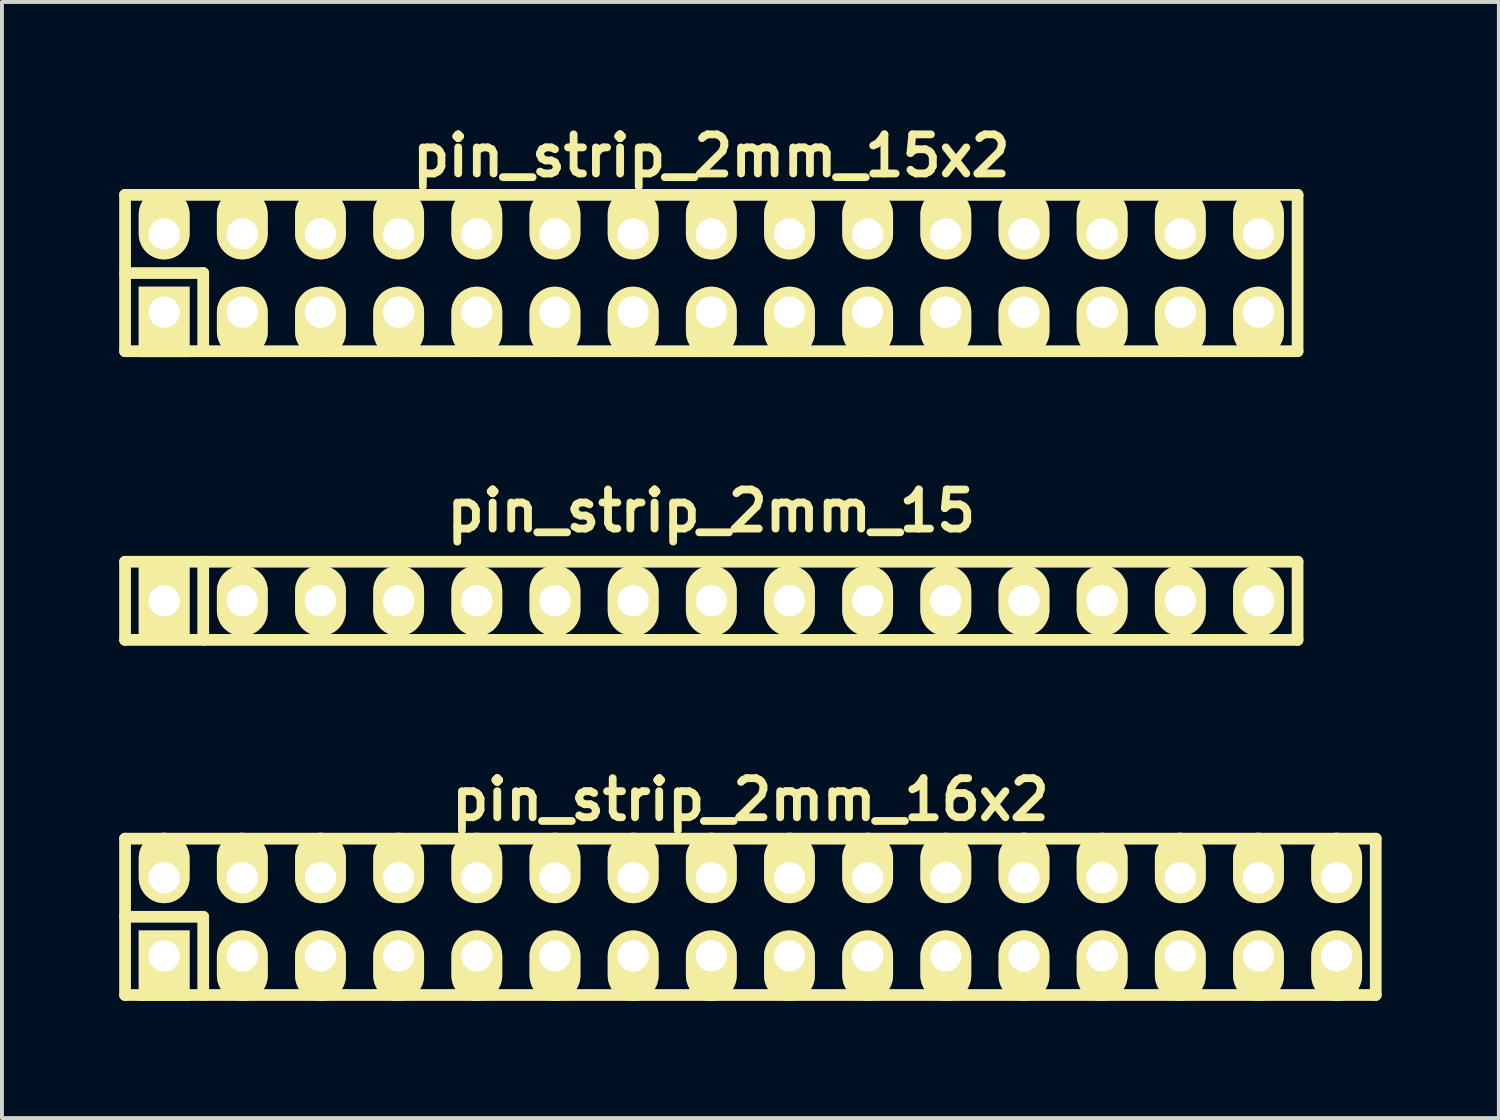
<source format=kicad_pcb>
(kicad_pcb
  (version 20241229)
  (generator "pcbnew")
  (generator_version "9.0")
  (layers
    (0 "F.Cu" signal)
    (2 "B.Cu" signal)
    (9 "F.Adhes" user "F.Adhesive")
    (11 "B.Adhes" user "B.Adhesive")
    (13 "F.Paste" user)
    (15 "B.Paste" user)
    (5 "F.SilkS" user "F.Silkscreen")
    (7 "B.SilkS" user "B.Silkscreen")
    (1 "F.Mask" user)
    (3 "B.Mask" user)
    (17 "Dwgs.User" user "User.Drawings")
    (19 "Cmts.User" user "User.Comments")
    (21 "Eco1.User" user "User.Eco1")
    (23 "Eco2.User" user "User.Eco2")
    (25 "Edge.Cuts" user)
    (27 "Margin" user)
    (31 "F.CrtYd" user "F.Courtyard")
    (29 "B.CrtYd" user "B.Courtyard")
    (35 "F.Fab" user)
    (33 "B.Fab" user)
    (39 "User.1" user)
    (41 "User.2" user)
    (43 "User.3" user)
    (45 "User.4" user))
  (footprint "pin_strip_2mm_15x2"
    (layer "F.Cu")
    (at 15.15 3.936)
    (property "Reference" "pin_strip_2mm_15x2" (at 0 -3 0) (layer "F.SilkS") (effects (font (size 1 1) (thickness 0.2))))
    (attr through_hole)
    (fp_line (start -15 -2) (end 15 -2) (stroke (width 0.3) (type solid)) (layer "F.SilkS"))
    (fp_line (start -15 0) (end -13 0) (stroke (width 0.3) (type solid)) (layer "F.SilkS"))
    (fp_line (start -15 2) (end -15 -2) (stroke (width 0.3) (type solid)) (layer "F.SilkS"))
    (fp_line (start -13 0) (end -13 2) (stroke (width 0.3) (type solid)) (layer "F.SilkS"))
    (fp_line (start 15 -2) (end 15 2) (stroke (width 0.3) (type solid)) (layer "F.SilkS"))
    (fp_line (start 15 2) (end -15 2) (stroke (width 0.3) (type solid)) (layer "F.SilkS"))
    (pad "1" thru_hole rect (at -14 1) (size 1.3 1.8) (drill 0.8 (offset 0 0.25)) (layers "*.Cu" "*.Mask" "F.SilkS"))
    (pad "2" thru_hole oval (at -14 -1) (size 1.3 1.8) (drill 0.8 (offset 0 -0.25)) (layers "*.Cu" "*.Mask" "F.SilkS"))
    (pad "3" thru_hole oval (at -12 1) (size 1.3 1.8) (drill 0.8 (offset 0 0.25)) (layers "*.Cu" "*.Mask" "F.SilkS"))
    (pad "4" thru_hole oval (at -12 -1) (size 1.3 1.8) (drill 0.8 (offset 0 -0.25)) (layers "*.Cu" "*.Mask" "F.SilkS"))
    (pad "5" thru_hole oval (at -10 1) (size 1.3 1.8) (drill 0.8 (offset 0 0.25)) (layers "*.Cu" "*.Mask" "F.SilkS"))
    (pad "6" thru_hole oval (at -10 -1) (size 1.3 1.8) (drill 0.8 (offset 0 -0.25)) (layers "*.Cu" "*.Mask" "F.SilkS"))
    (pad "7" thru_hole oval (at -8 1) (size 1.3 1.8) (drill 0.8 (offset 0 0.25)) (layers "*.Cu" "*.Mask" "F.SilkS"))
    (pad "8" thru_hole oval (at -8 -1) (size 1.3 1.8) (drill 0.8 (offset 0 -0.25)) (layers "*.Cu" "*.Mask" "F.SilkS"))
    (pad "9" thru_hole oval (at -6 1) (size 1.3 1.8) (drill 0.8 (offset 0 0.25)) (layers "*.Cu" "*.Mask" "F.SilkS"))
    (pad "10" thru_hole oval (at -6 -1) (size 1.3 1.8) (drill 0.8 (offset 0 -0.25)) (layers "*.Cu" "*.Mask" "F.SilkS"))
    (pad "11" thru_hole oval (at -4 1) (size 1.3 1.8) (drill 0.8 (offset 0 0.25)) (layers "*.Cu" "*.Mask" "F.SilkS"))
    (pad "12" thru_hole oval (at -4 -1) (size 1.3 1.8) (drill 0.8 (offset 0 -0.25)) (layers "*.Cu" "*.Mask" "F.SilkS"))
    (pad "13" thru_hole oval (at -2 1) (size 1.3 1.8) (drill 0.8 (offset 0 0.25)) (layers "*.Cu" "*.Mask" "F.SilkS"))
    (pad "14" thru_hole oval (at -2 -1) (size 1.3 1.8) (drill 0.8 (offset 0 -0.25)) (layers "*.Cu" "*.Mask" "F.SilkS"))
    (pad "15" thru_hole oval (at 0 1) (size 1.3 1.8) (drill 0.8 (offset 0 0.25)) (layers "*.Cu" "*.Mask" "F.SilkS"))
    (pad "16" thru_hole oval (at 0 -1) (size 1.3 1.8) (drill 0.8 (offset 0 -0.25)) (layers "*.Cu" "*.Mask" "F.SilkS"))
    (pad "17" thru_hole oval (at 2 1) (size 1.3 1.8) (drill 0.8 (offset 0 0.25)) (layers "*.Cu" "*.Mask" "F.SilkS"))
    (pad "18" thru_hole oval (at 2 -1) (size 1.3 1.8) (drill 0.8 (offset 0 -0.25)) (layers "*.Cu" "*.Mask" "F.SilkS"))
    (pad "19" thru_hole oval (at 4 1) (size 1.3 1.8) (drill 0.8 (offset 0 0.25)) (layers "*.Cu" "*.Mask" "F.SilkS"))
    (pad "20" thru_hole oval (at 4 -1) (size 1.3 1.8) (drill 0.8 (offset 0 -0.25)) (layers "*.Cu" "*.Mask" "F.SilkS"))
    (pad "21" thru_hole oval (at 6 1) (size 1.3 1.8) (drill 0.8 (offset 0 0.25)) (layers "*.Cu" "*.Mask" "F.SilkS"))
    (pad "22" thru_hole oval (at 6 -1) (size 1.3 1.8) (drill 0.8 (offset 0 -0.25)) (layers "*.Cu" "*.Mask" "F.SilkS"))
    (pad "23" thru_hole oval (at 8 1) (size 1.3 1.8) (drill 0.8 (offset 0 0.25)) (layers "*.Cu" "*.Mask" "F.SilkS"))
    (pad "24" thru_hole oval (at 8 -1) (size 1.3 1.8) (drill 0.8 (offset 0 -0.25)) (layers "*.Cu" "*.Mask" "F.SilkS"))
    (pad "25" thru_hole oval (at 10 1) (size 1.3 1.8) (drill 0.8 (offset 0 0.25)) (layers "*.Cu" "*.Mask" "F.SilkS"))
    (pad "26" thru_hole oval (at 10 -1) (size 1.3 1.8) (drill 0.8 (offset 0 -0.25)) (layers "*.Cu" "*.Mask" "F.SilkS"))
    (pad "27" thru_hole oval (at 12 1) (size 1.3 1.8) (drill 0.8 (offset 0 0.25)) (layers "*.Cu" "*.Mask" "F.SilkS"))
    (pad "28" thru_hole oval (at 12 -1) (size 1.3 1.8) (drill 0.8 (offset 0 -0.25)) (layers "*.Cu" "*.Mask" "F.SilkS"))
    (pad "29" thru_hole oval (at 14 1) (size 1.3 1.8) (drill 0.8 (offset 0 0.25)) (layers "*.Cu" "*.Mask" "F.SilkS"))
    (pad "30" thru_hole oval (at 14 -1) (size 1.3 1.8) (drill 0.8 (offset 0 -0.25)) (layers "*.Cu" "*.Mask" "F.SilkS")))
  (footprint "pin_strip_2mm_16x2"
    (layer "F.Cu")
    (at 16.15 20.408)
    (property "Reference" "pin_strip_2mm_16x2" (at 0 -3 0) (layer "F.SilkS") (effects (font (size 1 1) (thickness 0.2))))
    (attr through_hole)
    (fp_line (start -16 -2) (end 16 -2) (stroke (width 0.3) (type solid)) (layer "F.SilkS"))
    (fp_line (start -16 0) (end -14 0) (stroke (width 0.3) (type solid)) (layer "F.SilkS"))
    (fp_line (start -16 2) (end -16 -2) (stroke (width 0.3) (type solid)) (layer "F.SilkS"))
    (fp_line (start -14 0) (end -14 2) (stroke (width 0.3) (type solid)) (layer "F.SilkS"))
    (fp_line (start 16 -2) (end 16 2) (stroke (width 0.3) (type solid)) (layer "F.SilkS"))
    (fp_line (start 16 2) (end -16 2) (stroke (width 0.3) (type solid)) (layer "F.SilkS"))
    (pad "1" thru_hole rect (at -15 1) (size 1.3 1.8) (drill 0.8 (offset 0 0.25)) (layers "*.Cu" "*.Mask" "F.SilkS"))
    (pad "2" thru_hole oval (at -15 -1) (size 1.3 1.8) (drill 0.8 (offset 0 -0.25)) (layers "*.Cu" "*.Mask" "F.SilkS"))
    (pad "3" thru_hole oval (at -13 1) (size 1.3 1.8) (drill 0.8 (offset 0 0.25)) (layers "*.Cu" "*.Mask" "F.SilkS"))
    (pad "4" thru_hole oval (at -13 -1) (size 1.3 1.8) (drill 0.8 (offset 0 -0.25)) (layers "*.Cu" "*.Mask" "F.SilkS"))
    (pad "5" thru_hole oval (at -11 1) (size 1.3 1.8) (drill 0.8 (offset 0 0.25)) (layers "*.Cu" "*.Mask" "F.SilkS"))
    (pad "6" thru_hole oval (at -11 -1) (size 1.3 1.8) (drill 0.8 (offset 0 -0.25)) (layers "*.Cu" "*.Mask" "F.SilkS"))
    (pad "7" thru_hole oval (at -9 1) (size 1.3 1.8) (drill 0.8 (offset 0 0.25)) (layers "*.Cu" "*.Mask" "F.SilkS"))
    (pad "8" thru_hole oval (at -9 -1) (size 1.3 1.8) (drill 0.8 (offset 0 -0.25)) (layers "*.Cu" "*.Mask" "F.SilkS"))
    (pad "9" thru_hole oval (at -7 1) (size 1.3 1.8) (drill 0.8 (offset 0 0.25)) (layers "*.Cu" "*.Mask" "F.SilkS"))
    (pad "10" thru_hole oval (at -7 -1) (size 1.3 1.8) (drill 0.8 (offset 0 -0.25)) (layers "*.Cu" "*.Mask" "F.SilkS"))
    (pad "11" thru_hole oval (at -5 1) (size 1.3 1.8) (drill 0.8 (offset 0 0.25)) (layers "*.Cu" "*.Mask" "F.SilkS"))
    (pad "12" thru_hole oval (at -5 -1) (size 1.3 1.8) (drill 0.8 (offset 0 -0.25)) (layers "*.Cu" "*.Mask" "F.SilkS"))
    (pad "13" thru_hole oval (at -3 1) (size 1.3 1.8) (drill 0.8 (offset 0 0.25)) (layers "*.Cu" "*.Mask" "F.SilkS"))
    (pad "14" thru_hole oval (at -3 -1) (size 1.3 1.8) (drill 0.8 (offset 0 -0.25)) (layers "*.Cu" "*.Mask" "F.SilkS"))
    (pad "15" thru_hole oval (at -1 1) (size 1.3 1.8) (drill 0.8 (offset 0 0.25)) (layers "*.Cu" "*.Mask" "F.SilkS"))
    (pad "16" thru_hole oval (at -1 -1) (size 1.3 1.8) (drill 0.8 (offset 0 -0.25)) (layers "*.Cu" "*.Mask" "F.SilkS"))
    (pad "17" thru_hole oval (at 1 1) (size 1.3 1.8) (drill 0.8 (offset 0 0.25)) (layers "*.Cu" "*.Mask" "F.SilkS"))
    (pad "18" thru_hole oval (at 1 -1) (size 1.3 1.8) (drill 0.8 (offset 0 -0.25)) (layers "*.Cu" "*.Mask" "F.SilkS"))
    (pad "19" thru_hole oval (at 3 1) (size 1.3 1.8) (drill 0.8 (offset 0 0.25)) (layers "*.Cu" "*.Mask" "F.SilkS"))
    (pad "20" thru_hole oval (at 3 -1) (size 1.3 1.8) (drill 0.8 (offset 0 -0.25)) (layers "*.Cu" "*.Mask" "F.SilkS"))
    (pad "21" thru_hole oval (at 5 1) (size 1.3 1.8) (drill 0.8 (offset 0 0.25)) (layers "*.Cu" "*.Mask" "F.SilkS"))
    (pad "22" thru_hole oval (at 5 -1) (size 1.3 1.8) (drill 0.8 (offset 0 -0.25)) (layers "*.Cu" "*.Mask" "F.SilkS"))
    (pad "23" thru_hole oval (at 7 1) (size 1.3 1.8) (drill 0.8 (offset 0 0.25)) (layers "*.Cu" "*.Mask" "F.SilkS"))
    (pad "24" thru_hole oval (at 7 -1) (size 1.3 1.8) (drill 0.8 (offset 0 -0.25)) (layers "*.Cu" "*.Mask" "F.SilkS"))
    (pad "25" thru_hole oval (at 9 1) (size 1.3 1.8) (drill 0.8 (offset 0 0.25)) (layers "*.Cu" "*.Mask" "F.SilkS"))
    (pad "26" thru_hole oval (at 9 -1) (size 1.3 1.8) (drill 0.8 (offset 0 -0.25)) (layers "*.Cu" "*.Mask" "F.SilkS"))
    (pad "27" thru_hole oval (at 11 1) (size 1.3 1.8) (drill 0.8 (offset 0 0.25)) (layers "*.Cu" "*.Mask" "F.SilkS"))
    (pad "28" thru_hole oval (at 11 -1) (size 1.3 1.8) (drill 0.8 (offset 0 -0.25)) (layers "*.Cu" "*.Mask" "F.SilkS"))
    (pad "29" thru_hole oval (at 13 1) (size 1.3 1.8) (drill 0.8 (offset 0 0.25)) (layers "*.Cu" "*.Mask" "F.SilkS"))
    (pad "30" thru_hole oval (at 13 -1) (size 1.3 1.8) (drill 0.8 (offset 0 -0.25)) (layers "*.Cu" "*.Mask" "F.SilkS"))
    (pad "31" thru_hole oval (at 15 1) (size 1.3 1.8) (drill 0.8 (offset 0 0.25)) (layers "*.Cu" "*.Mask" "F.SilkS"))
    (pad "32" thru_hole oval (at 15 -1) (size 1.3 1.8) (drill 0.8 (offset 0 -0.25)) (layers "*.Cu" "*.Mask" "F.SilkS")))
  (footprint "pin_strip_2mm_15"
    (layer "F.Cu")
    (at 15.15 12.322)
    (property "Reference" "pin_strip_2mm_15" (at 0 -2.3 0) (layer "F.SilkS") (effects (font (size 1 1) (thickness 0.2))))
    (attr through_hole)
    (fp_line (start -15 -1) (end 15 -1) (stroke (width 0.3) (type solid)) (layer "F.SilkS"))
    (fp_line (start -15 1) (end -15 -1) (stroke (width 0.3) (type solid)) (layer "F.SilkS"))
    (fp_line (start -13 -1) (end -13 1) (stroke (width 0.3) (type solid)) (layer "F.SilkS"))
    (fp_line (start 15 -1) (end 15 1) (stroke (width 0.3) (type solid)) (layer "F.SilkS"))
    (fp_line (start 15 1) (end -15 1) (stroke (width 0.3) (type solid)) (layer "F.SilkS"))
    (pad "1" thru_hole rect (at -14 0) (size 1.3 1.8) (drill 0.8) (layers "*.Cu" "*.Mask" "F.SilkS"))
    (pad "2" thru_hole oval (at -12 0) (size 1.3 1.8) (drill 0.8) (layers "*.Cu" "*.Mask" "F.SilkS"))
    (pad "3" thru_hole oval (at -10 0) (size 1.3 1.8) (drill 0.8) (layers "*.Cu" "*.Mask" "F.SilkS"))
    (pad "4" thru_hole oval (at -8 0) (size 1.3 1.8) (drill 0.8) (layers "*.Cu" "*.Mask" "F.SilkS"))
    (pad "5" thru_hole oval (at -6 0) (size 1.3 1.8) (drill 0.8) (layers "*.Cu" "*.Mask" "F.SilkS"))
    (pad "6" thru_hole oval (at -4 0) (size 1.3 1.8) (drill 0.8) (layers "*.Cu" "*.Mask" "F.SilkS"))
    (pad "7" thru_hole oval (at -2 0) (size 1.3 1.8) (drill 0.8) (layers "*.Cu" "*.Mask" "F.SilkS"))
    (pad "8" thru_hole oval (at 0 0) (size 1.3 1.8) (drill 0.8) (layers "*.Cu" "*.Mask" "F.SilkS"))
    (pad "9" thru_hole oval (at 2 0) (size 1.3 1.8) (drill 0.8) (layers "*.Cu" "*.Mask" "F.SilkS"))
    (pad "10" thru_hole oval (at 4 0) (size 1.3 1.8) (drill 0.8) (layers "*.Cu" "*.Mask" "F.SilkS"))
    (pad "11" thru_hole oval (at 6 0) (size 1.3 1.8) (drill 0.8) (layers "*.Cu" "*.Mask" "F.SilkS"))
    (pad "12" thru_hole oval (at 8 0) (size 1.3 1.8) (drill 0.8) (layers "*.Cu" "*.Mask" "F.SilkS"))
    (pad "13" thru_hole oval (at 10 0) (size 1.3 1.8) (drill 0.8) (layers "*.Cu" "*.Mask" "F.SilkS"))
    (pad "14" thru_hole oval (at 12 0) (size 1.3 1.8) (drill 0.8) (layers "*.Cu" "*.Mask" "F.SilkS"))
    (pad "15" thru_hole oval (at 14 0) (size 1.3 1.8) (drill 0.8) (layers "*.Cu" "*.Mask" "F.SilkS")))
  (gr_rect
    (start -3 -3)
    (end 35.3 25.558)
    (stroke (width 0.1) (type default))
    (fill no)
    (layer "Edge.Cuts")))
</source>
